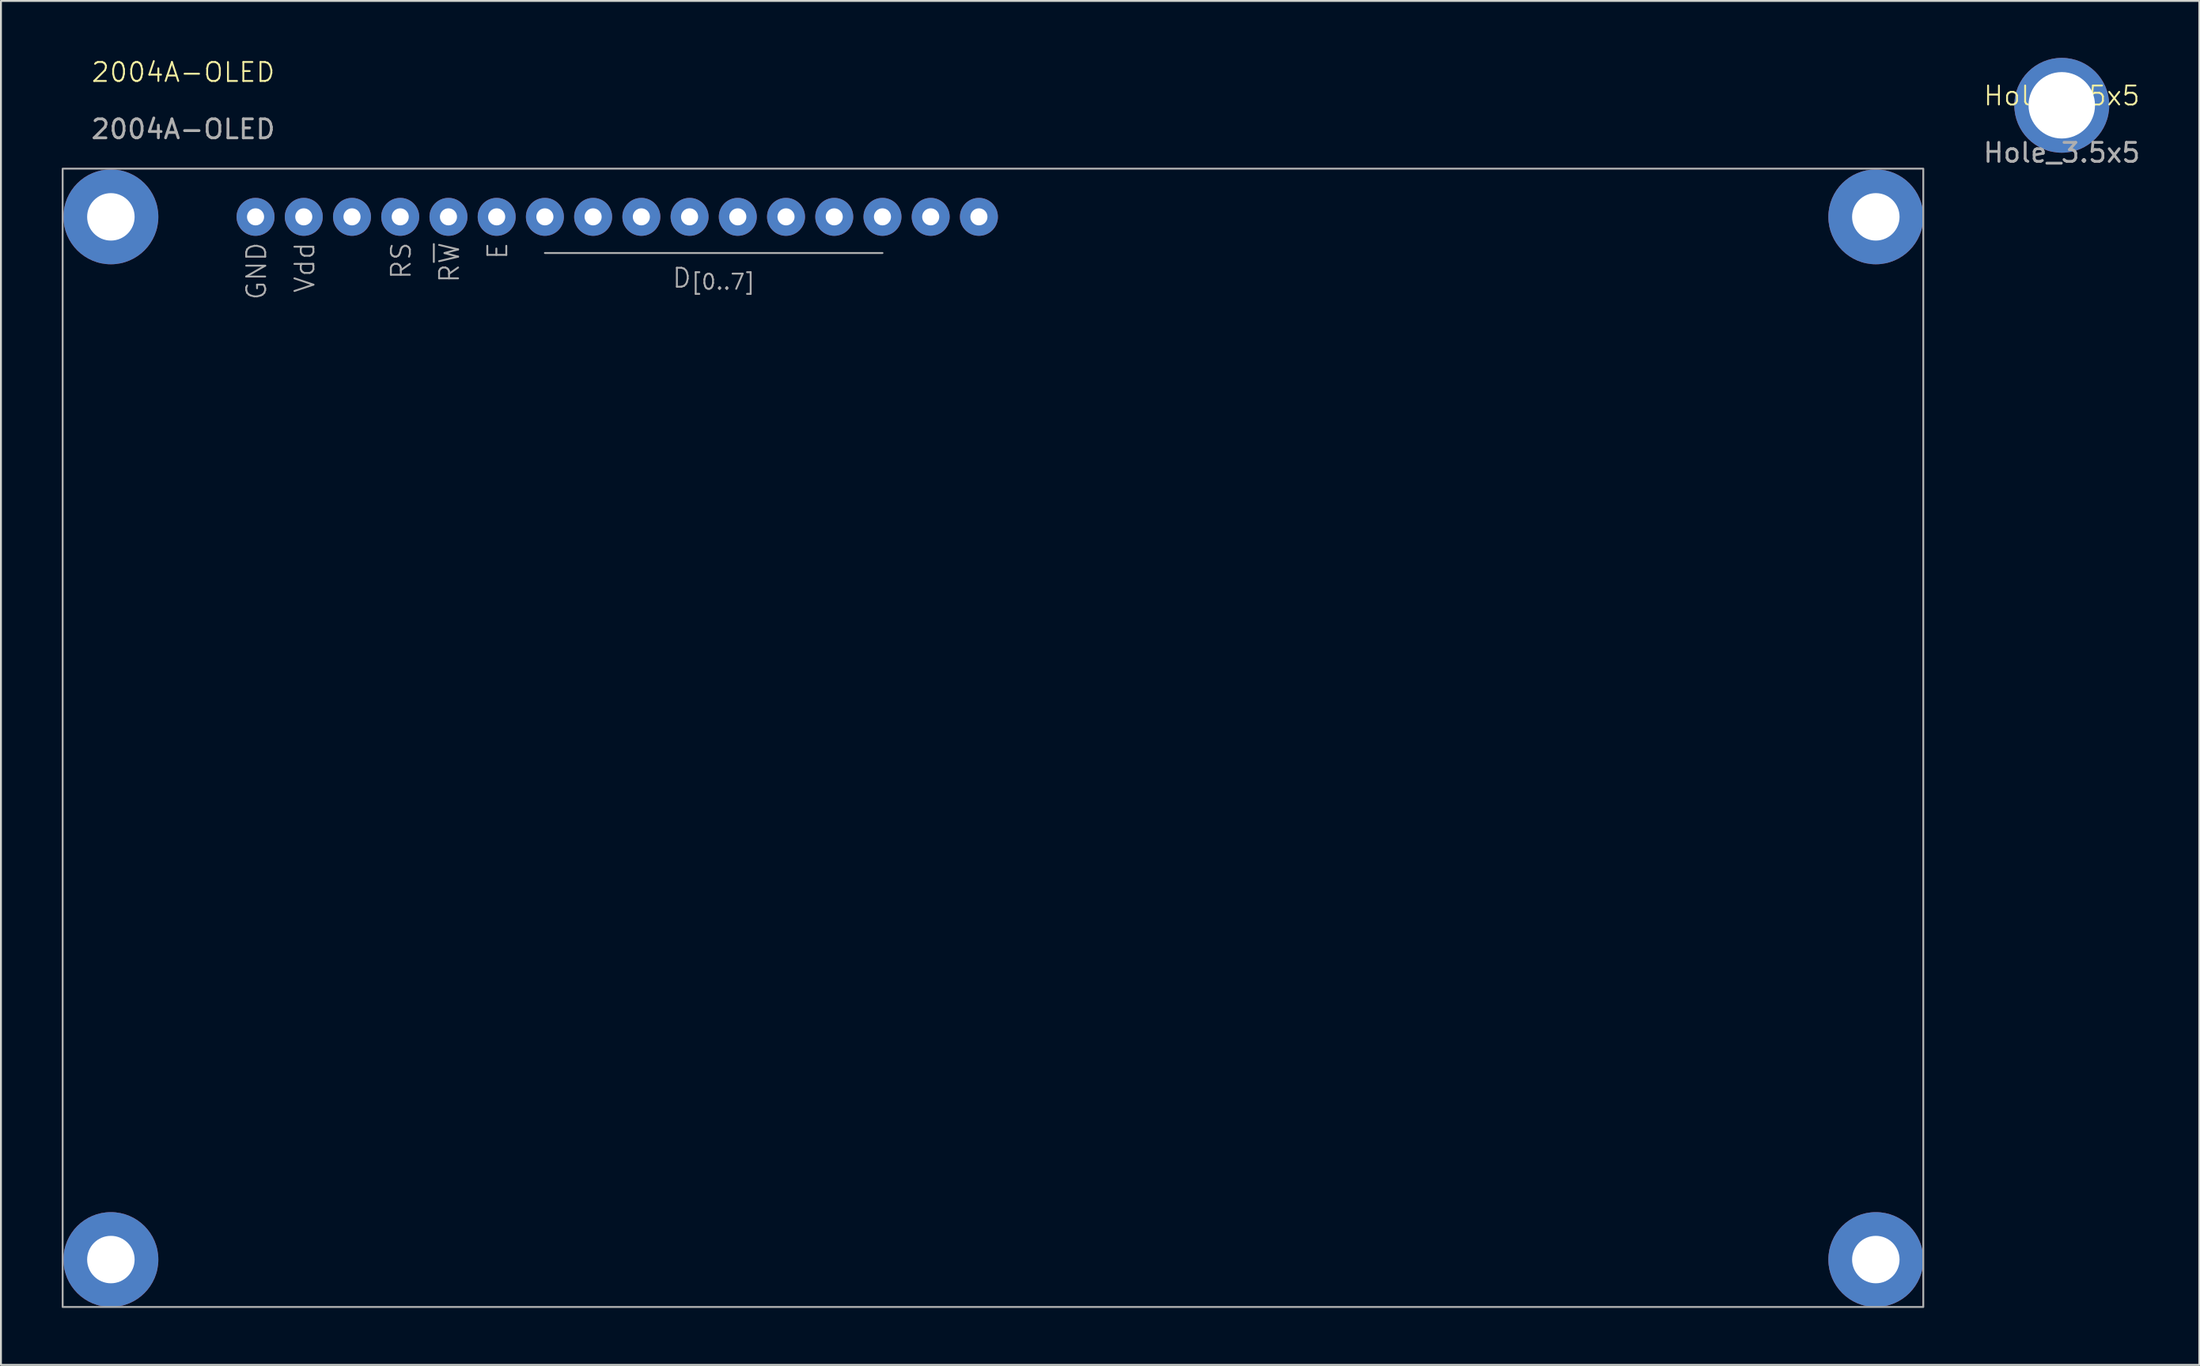
<source format=kicad_pcb>
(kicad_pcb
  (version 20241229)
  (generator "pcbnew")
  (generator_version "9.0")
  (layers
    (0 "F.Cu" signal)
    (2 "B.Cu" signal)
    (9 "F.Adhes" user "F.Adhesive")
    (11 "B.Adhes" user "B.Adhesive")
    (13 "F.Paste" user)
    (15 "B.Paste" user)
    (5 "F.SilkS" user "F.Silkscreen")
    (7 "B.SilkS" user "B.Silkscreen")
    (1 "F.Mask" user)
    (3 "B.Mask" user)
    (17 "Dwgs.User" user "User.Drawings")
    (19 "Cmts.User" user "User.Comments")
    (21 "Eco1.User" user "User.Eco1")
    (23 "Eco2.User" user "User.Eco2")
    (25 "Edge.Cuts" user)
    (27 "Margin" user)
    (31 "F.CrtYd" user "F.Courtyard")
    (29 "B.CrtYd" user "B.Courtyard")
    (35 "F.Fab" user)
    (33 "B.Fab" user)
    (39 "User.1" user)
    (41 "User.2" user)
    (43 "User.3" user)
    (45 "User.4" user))
  (footprint "Hole_3.5x5"
    (layer "F.Cu")
    (at 105.544 2.5)
    (property "Reference" "Hole_3.5x5" (at 0 -0.5 0) (unlocked yes) (layer "F.SilkS") (effects (font (size 1 1) (thickness 0.1))))
    (attr through_hole)
    (fp_text user "${REFERENCE}" (at 0 2.5 0) (unlocked yes) (layer "F.Fab") (effects (font (size 1 1) (thickness 0.15))))
    (pad "" thru_hole circle (at 0 0) (size 5 5) (drill 3.5) (layers "*.Cu" "*.Mask")))
  (footprint "2004A-OLED"
    (layer "F.Cu")
    (at 0.25 5.84)
    (property "Reference" "2004A-OLED" (at 6.35 -5.08 0) (unlocked yes) (layer "F.SilkS") (effects (font (size 1 1) (thickness 0.1))))
    (attr through_hole)
    (fp_line (start 25.4 4.445) (end 43.18 4.445) (stroke (width 0.1) (type default)) (layer "F.Fab"))
    (fp_rect (start 0 0) (end 98 60) (stroke (width 0.1) (type default)) (fill no) (layer "F.Fab"))
    (fp_text user "D_{[0..7]}" (at 34.29 6.35 0) (unlocked yes) (layer "F.Fab") (effects (font (size 1 1) (thickness 0.1)) (justify bottom)))
    (fp_text user "RS" (at 18.415 3.81 90) (unlocked yes) (layer "F.Fab") (effects (font (size 1 1) (thickness 0.1)) (justify right bottom)))
    (fp_text user "E" (at 23.495 3.81 90) (unlocked yes) (layer "F.Fab") (effects (font (size 1 1) (thickness 0.1)) (justify right bottom)))
    (fp_text user "R~{W}" (at 20.955 3.81 90) (unlocked yes) (layer "F.Fab") (effects (font (size 1 1) (thickness 0.1)) (justify right bottom)))
    (fp_text user "GND" (at 10.795 3.81 90) (unlocked yes) (layer "F.Fab") (effects (font (size 1 1) (thickness 0.1)) (justify right bottom)))
    (fp_text user "${REFERENCE}" (at 6.35 -2.08 0) (unlocked yes) (layer "F.Fab") (effects (font (size 1 1) (thickness 0.15))))
    (fp_text user "Vdd" (at 13.335 3.81 90) (unlocked yes) (layer "F.Fab") (effects (font (size 1 1) (thickness 0.1)) (justify right bottom)))
    (pad "" thru_hole circle (at 2.54 2.54) (size 5 5) (drill 2.5) (layers "*.Cu" "*.Mask"))
    (pad "" thru_hole circle (at 2.54 57.5) (size 5 5) (drill 2.5) (layers "*.Cu" "*.Mask"))
    (pad "" thru_hole circle (at 15.24 2.54) (size 2 2) (drill 0.9) (layers "*.Cu" "*.Mask"))
    (pad "" thru_hole circle (at 45.72 2.54) (size 2 2) (drill 0.9) (layers "*.Cu" "*.Mask"))
    (pad "" thru_hole circle (at 48.26 2.54) (size 2 2) (drill 0.9) (layers "*.Cu" "*.Mask"))
    (pad "" thru_hole circle (at 95.5 2.54) (size 5 5) (drill 2.5) (layers "*.Cu" "*.Mask"))
    (pad "" thru_hole circle (at 95.5 57.5) (size 5 5) (drill 2.5) (layers "*.Cu" "*.Mask"))
    (pad "1" thru_hole circle (at 10.16 2.54) (size 2 2) (drill 0.9) (layers "*.Cu" "*.Mask"))
    (pad "2" thru_hole circle (at 12.7 2.54) (size 2 2) (drill 0.9) (layers "*.Cu" "*.Mask"))
    (pad "4" thru_hole circle (at 17.78 2.54) (size 2 2) (drill 0.9) (layers "*.Cu" "*.Mask"))
    (pad "5" thru_hole circle (at 20.32 2.54) (size 2 2) (drill 0.9) (layers "*.Cu" "*.Mask"))
    (pad "6" thru_hole circle (at 22.86 2.54) (size 2 2) (drill 0.9) (layers "*.Cu" "*.Mask"))
    (pad "7" thru_hole circle (at 25.4 2.54) (size 2 2) (drill 0.9) (layers "*.Cu" "*.Mask"))
    (pad "8" thru_hole circle (at 27.94 2.54) (size 2 2) (drill 0.9) (layers "*.Cu" "*.Mask"))
    (pad "9" thru_hole circle (at 30.48 2.54) (size 2 2) (drill 0.9) (layers "*.Cu" "*.Mask"))
    (pad "10" thru_hole circle (at 33.02 2.54) (size 2 2) (drill 0.9) (layers "*.Cu" "*.Mask"))
    (pad "11" thru_hole circle (at 35.56 2.54) (size 2 2) (drill 0.9) (layers "*.Cu" "*.Mask"))
    (pad "12" thru_hole circle (at 38.1 2.54) (size 2 2) (drill 0.9) (layers "*.Cu" "*.Mask"))
    (pad "13" thru_hole circle (at 40.64 2.54) (size 2 2) (drill 0.9) (layers "*.Cu" "*.Mask"))
    (pad "14" thru_hole circle (at 43.18 2.54) (size 2 2) (drill 0.9) (layers "*.Cu" "*.Mask")))
  (gr_rect
    (start -3 -3)
    (end 112.788 68.891)
    (stroke (width 0.1) (type default))
    (fill no)
    (layer "Edge.Cuts")))
</source>
